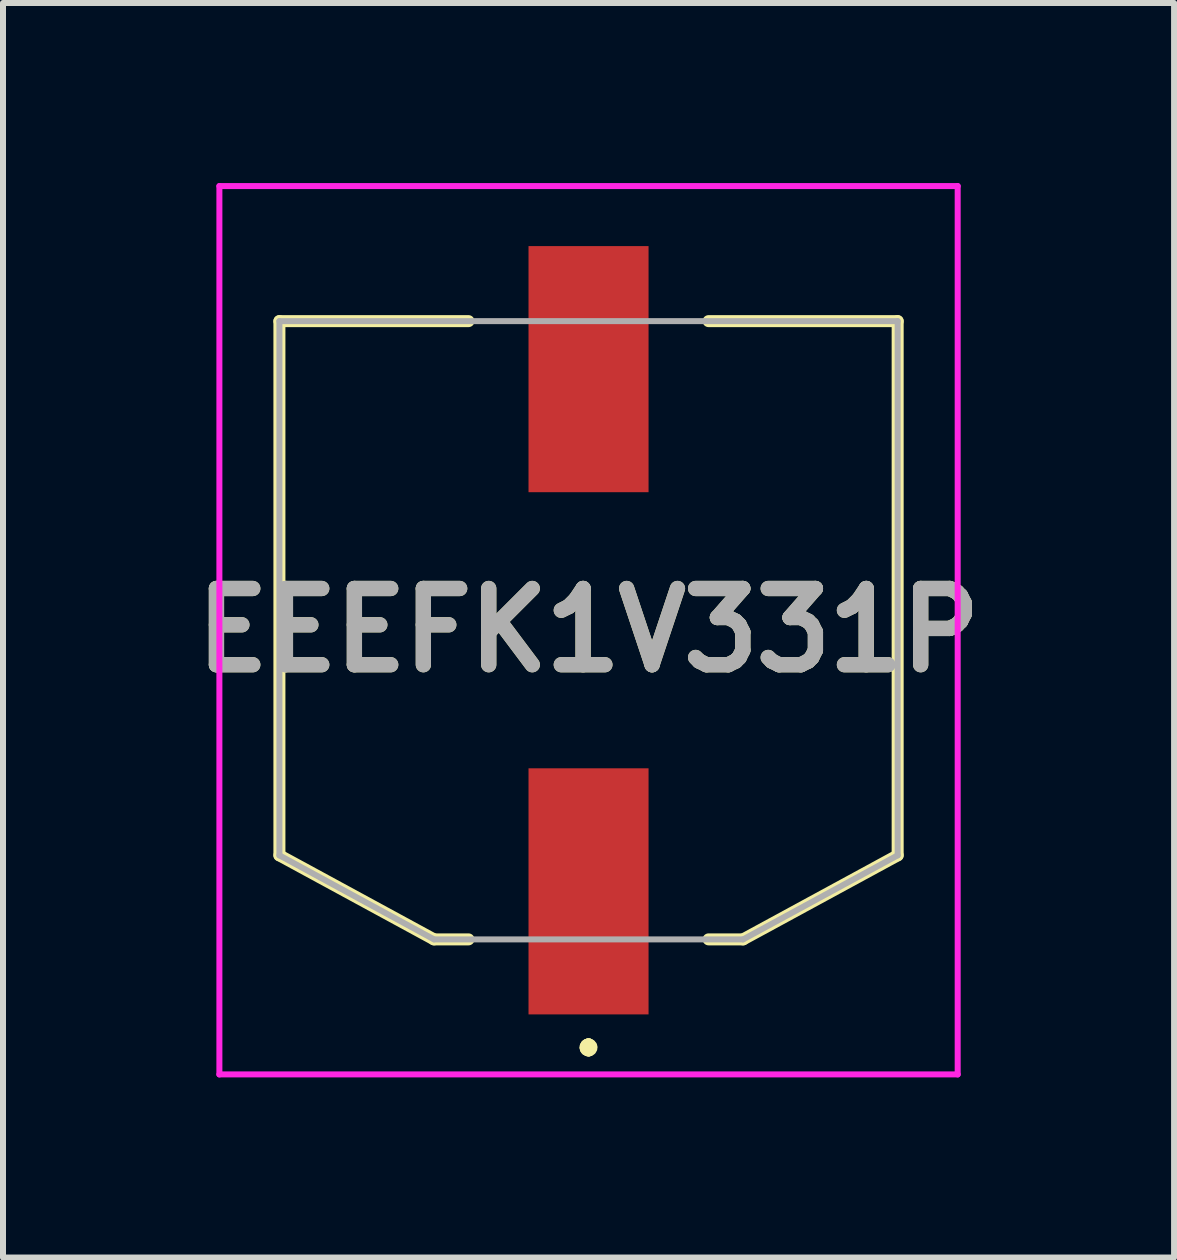
<source format=kicad_pcb>
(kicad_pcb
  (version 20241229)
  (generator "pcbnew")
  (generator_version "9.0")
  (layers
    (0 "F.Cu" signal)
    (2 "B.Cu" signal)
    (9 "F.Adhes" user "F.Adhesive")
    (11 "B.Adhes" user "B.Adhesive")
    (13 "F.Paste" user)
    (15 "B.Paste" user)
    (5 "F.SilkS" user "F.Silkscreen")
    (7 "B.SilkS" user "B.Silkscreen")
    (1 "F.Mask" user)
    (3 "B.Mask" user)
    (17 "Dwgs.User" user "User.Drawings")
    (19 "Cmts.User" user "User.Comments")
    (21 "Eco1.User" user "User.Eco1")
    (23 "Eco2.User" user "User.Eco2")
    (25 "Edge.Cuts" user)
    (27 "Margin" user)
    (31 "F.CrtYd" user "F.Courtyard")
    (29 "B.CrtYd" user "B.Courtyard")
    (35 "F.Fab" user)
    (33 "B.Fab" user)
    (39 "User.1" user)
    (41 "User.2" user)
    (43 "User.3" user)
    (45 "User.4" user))
  (footprint "EEEFK1V331P"
    (layer "F.Cu")
    (at 6.755 7.45)
    (property "Reference" "EEEFK1V331P" (at 0 0 0) (layer "F.SilkS") (effects (font (size 1.27 1.27) (thickness 0.254))))
    (attr smd)
    (fp_line (start -5.15 -5.15) (end -2 -5.15) (stroke (width 0.2) (type solid)) (layer "F.SilkS"))
    (fp_line (start -5.15 3.75) (end -5.15 -5.15) (stroke (width 0.2) (type solid)) (layer "F.SilkS"))
    (fp_line (start -2.575 5.15) (end -5.15 3.75) (stroke (width 0.2) (type solid)) (layer "F.SilkS"))
    (fp_line (start -2 5.15) (end -2.575 5.15) (stroke (width 0.2) (type solid)) (layer "F.SilkS"))
    (fp_line (start 0 6.9) (end 0 6.9) (stroke (width 0.2) (type solid)) (layer "F.SilkS"))
    (fp_line (start 0 6.9) (end 0 6.9) (stroke (width 0.2) (type solid)) (layer "F.SilkS"))
    (fp_line (start 0 7) (end 0 7) (stroke (width 0.2) (type solid)) (layer "F.SilkS"))
    (fp_line (start 2 -5.15) (end 5.15 -5.15) (stroke (width 0.2) (type solid)) (layer "F.SilkS"))
    (fp_line (start 2.575 5.15) (end 2 5.15) (stroke (width 0.2) (type solid)) (layer "F.SilkS"))
    (fp_line (start 5.15 -5.15) (end 5.15 3.75) (stroke (width 0.2) (type solid)) (layer "F.SilkS"))
    (fp_line (start 5.15 3.75) (end 2.575 5.15) (stroke (width 0.2) (type solid)) (layer "F.SilkS"))
    (fp_arc (start 0 6.9) (mid 0.05 6.95) (end 0 7) (stroke (width 0.2) (type solid)) (layer "F.SilkS"))
    (fp_arc (start 0 7) (mid -0.05 6.95) (end 0 6.9) (stroke (width 0.2) (type solid)) (layer "F.SilkS"))
    (fp_arc (start 0 7) (mid -0.05 6.95) (end 0 6.9) (stroke (width 0.2) (type solid)) (layer "F.SilkS"))
    (fp_line (start -6.15 -7.4) (end 6.15 -7.4) (stroke (width 0.1) (type solid)) (layer "F.CrtYd"))
    (fp_line (start -6.15 7.4) (end -6.15 -7.4) (stroke (width 0.1) (type solid)) (layer "F.CrtYd"))
    (fp_line (start 6.15 -7.4) (end 6.15 7.4) (stroke (width 0.1) (type solid)) (layer "F.CrtYd"))
    (fp_line (start 6.15 7.4) (end -6.15 7.4) (stroke (width 0.1) (type solid)) (layer "F.CrtYd"))
    (fp_line (start -5.15 -5.15) (end 5.15 -5.15) (stroke (width 0.1) (type solid)) (layer "F.Fab"))
    (fp_line (start -5.15 3.75) (end -5.15 -5.15) (stroke (width 0.1) (type solid)) (layer "F.Fab"))
    (fp_line (start -2.575 5.15) (end -5.15 3.75) (stroke (width 0.1) (type solid)) (layer "F.Fab"))
    (fp_line (start 2.575 5.15) (end -2.575 5.15) (stroke (width 0.1) (type solid)) (layer "F.Fab"))
    (fp_line (start 5.15 -5.15) (end 5.15 3.75) (stroke (width 0.1) (type solid)) (layer "F.Fab"))
    (fp_line (start 5.15 3.75) (end 2.575 5.15) (stroke (width 0.1) (type solid)) (layer "F.Fab"))
    (fp_text user "${REFERENCE}" (at 0 0 0) (layer "F.Fab") (effects (font (size 1.27 1.27) (thickness 0.254))))
    (pad "1" smd rect (at 0 4.35) (size 2 4.1) (layers "F.Cu" "F.Mask" "F.Paste"))
    (pad "2" smd rect (at 0 -4.35) (size 2 4.1) (layers "F.Cu" "F.Mask" "F.Paste")))
  (gr_rect
    (start -3 -3)
    (end 16.51 17.9)
    (stroke (width 0.1) (type default))
    (fill no)
    (layer "Edge.Cuts")))
</source>
